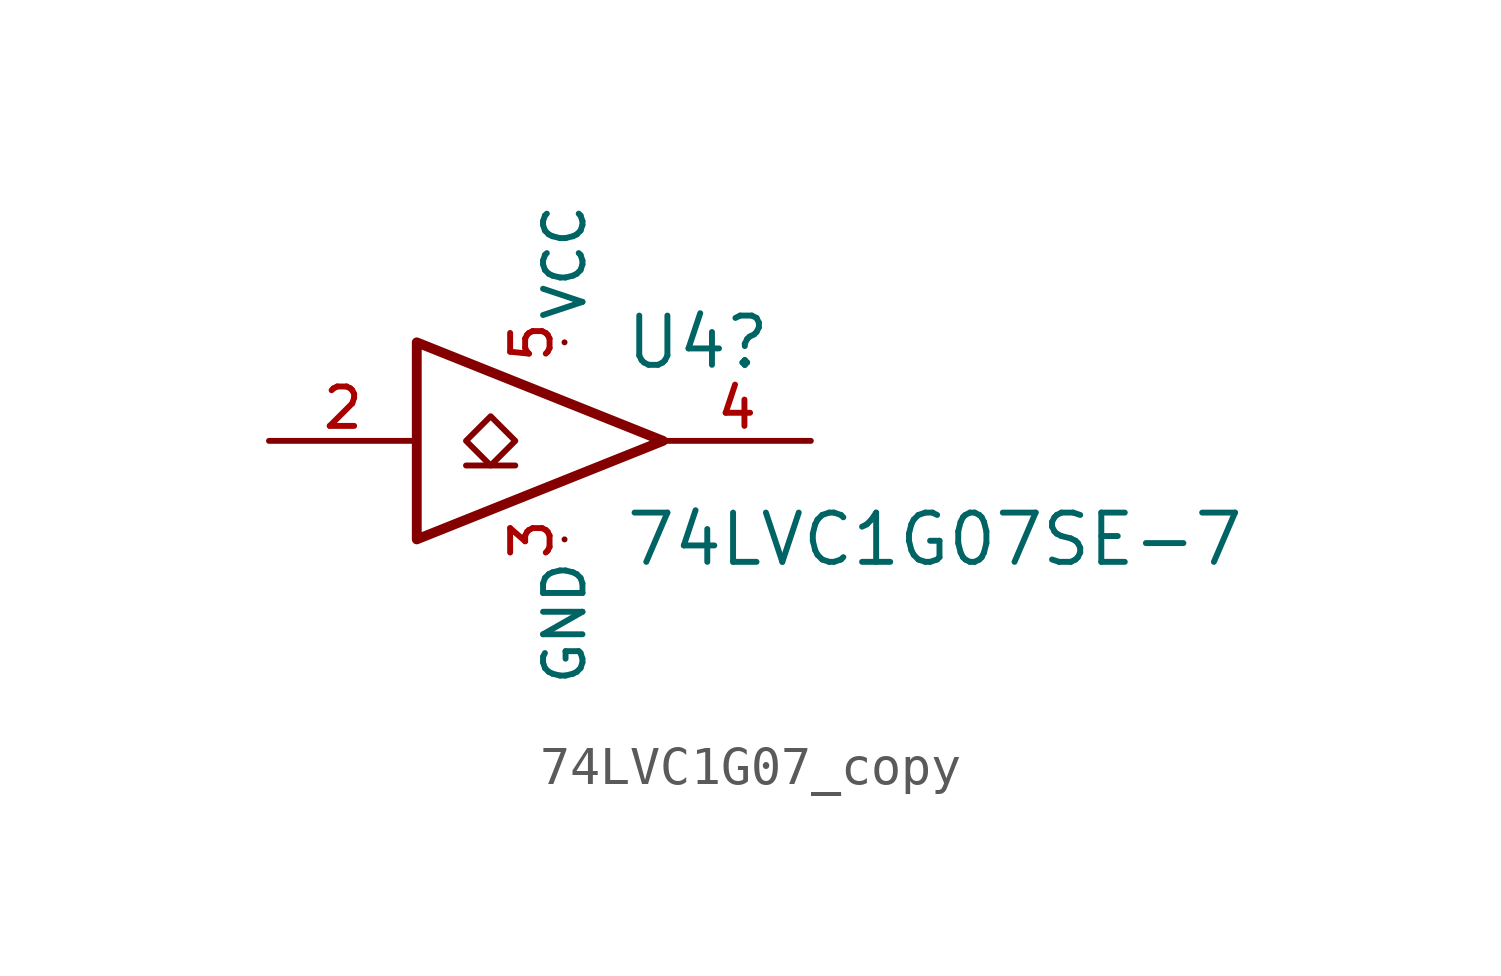
<source format=kicad_sym>
(kicad_symbol_lib
  (version 20241209)
  (generator "kicad_symbol_editor")
  (generator_version "9.0")
  (symbol "74LVC1G07_copy"
    (property "Reference" "U4"
      (at 1.524 2.54 0)
      (effects (font (size 1.27 1.27)) (justify left)))
    (property "Value" "74LVC1G07SE-7"
      (at 1.524 -2.54 0)
      (effects (font (size 1.27 1.27)) (justify left)))
    (symbol "74LVC1G07_copy_0_1"
      (polyline (pts (xy -3.81 2.54) (xy -3.81 -2.54) (xy 2.54 0) (xy -3.81 2.54)) (stroke (width 0.254) (type default)) (fill (type none)))
      (polyline (pts (xy -2.54 -0.635) (xy -1.27 -0.635)) (stroke (width 0) (type default)) (fill (type none)))
      (polyline (pts (xy -1.905 0.635) (xy -2.54 0) (xy -1.905 -0.635) (xy -1.27 0) (xy -1.905 0.635)) (stroke (width 0) (type default)) (fill (type none))))
    (symbol "74LVC1G07_copy_1_1"
      (pin input line (at -7.62 0 0) (length 3.81) (name "~" (effects (font (size 1.016 1.016)))) (number "2" (effects (font (size 1.016 1.016)))))
      (pin power_in line (at 0 2.54 90) (length 0) (name "VCC" (effects (font (size 1.016 1.016)))) (number "5" (effects (font (size 1.016 1.016)))))
      (pin power_in line (at 0 -2.54 270) (length 0) (name "GND" (effects (font (size 1.016 1.016)))) (number "3" (effects (font (size 1.016 1.016)))))
      (pin open_collector line (at 6.35 0 180) (length 3.81) (name "~" (effects (font (size 1.016 1.016)))) (number "4" (effects (font (size 1.016 1.016))))))))
</source>
